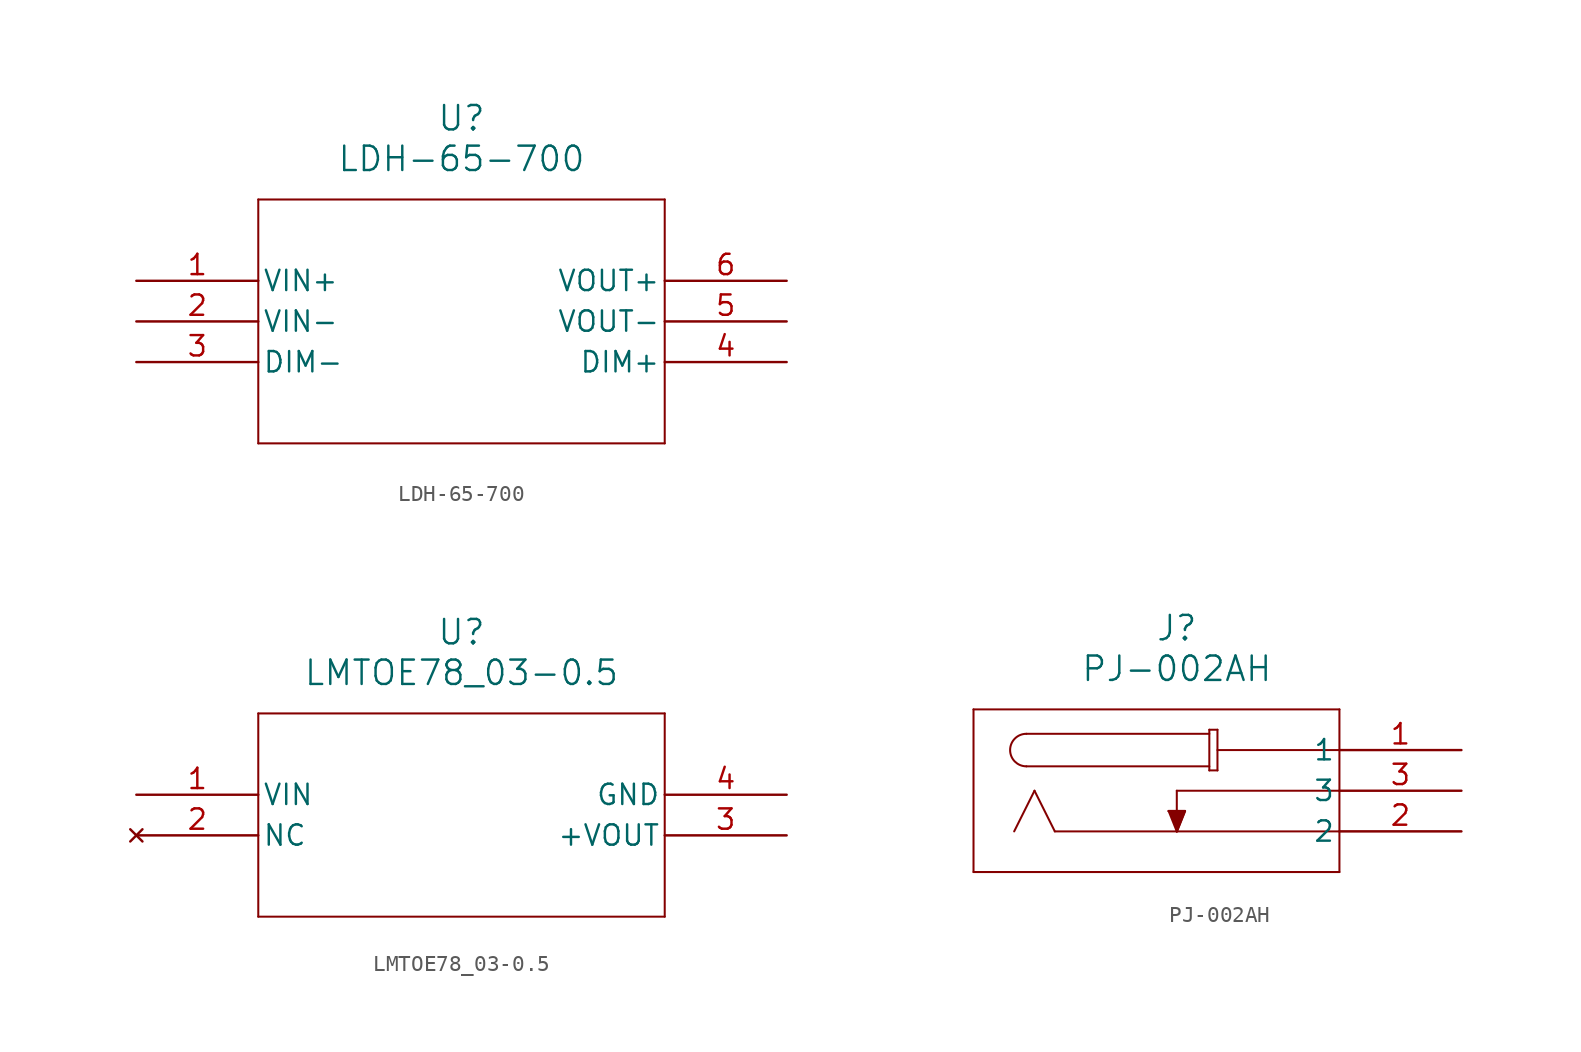
<source format=kicad_sym>
(kicad_symbol_lib
  (version 20220914)
  (generator kicad_symbol_editor)
  (symbol "LDH-65-700"
    (pin_names
      (offset 0.254))
    (property "Reference" "U"
      (at 20.32 10.16 0)
      (effects (font (size 1.524 1.524))))
    (property "Value" "LDH-65-700"
      (at 20.32 7.62 0)
      (effects (font (size 1.524 1.524))))
    (symbol "LDH-65-700_0_1"
      (polyline (pts (xy 7.62 -10.16) (xy 33.02 -10.16)) (stroke (width 0.127) (type default)) (fill (type none)))
      (polyline (pts (xy 7.62 5.08) (xy 7.62 -10.16)) (stroke (width 0.127) (type default)) (fill (type none)))
      (polyline (pts (xy 33.02 -10.16) (xy 33.02 5.08)) (stroke (width 0.127) (type default)) (fill (type none)))
      (polyline (pts (xy 33.02 5.08) (xy 7.62 5.08)) (stroke (width 0.127) (type default)) (fill (type none)))
      (pin unspecified line (at 0 0 0) (length 7.62) (name "VIN+" (effects (font (size 1.27 1.27)))) (number "1" (effects (font (size 1.27 1.27)))))
      (pin unspecified line (at 0 -2.54 0) (length 7.62) (name "VIN-" (effects (font (size 1.27 1.27)))) (number "2" (effects (font (size 1.27 1.27)))))
      (pin unspecified line (at 0 -5.08 0) (length 7.62) (name "DIM-" (effects (font (size 1.27 1.27)))) (number "3" (effects (font (size 1.27 1.27)))))
      (pin unspecified line (at 40.64 -5.08 180) (length 7.62) (name "DIM+" (effects (font (size 1.27 1.27)))) (number "4" (effects (font (size 1.27 1.27)))))
      (pin unspecified line (at 40.64 -2.54 180) (length 7.62) (name "VOUT-" (effects (font (size 1.27 1.27)))) (number "5" (effects (font (size 1.27 1.27)))))
      (pin unspecified line (at 40.64 0 180) (length 7.62) (name "VOUT+" (effects (font (size 1.27 1.27)))) (number "6" (effects (font (size 1.27 1.27)))))))
  (symbol "LMTOE78_03-0.5"
    (pin_names
      (offset 0.254))
    (property "Reference" "U"
      (at 20.32 10.16 0)
      (effects (font (size 1.524 1.524))))
    (property "Value" "LMTOE78_03-0.5"
      (at 20.32 7.62 0)
      (effects (font (size 1.524 1.524))))
    (symbol "LMTOE78_03-0.5_0_1"
      (polyline (pts (xy 7.62 -7.62) (xy 33.02 -7.62)) (stroke (width 0.127) (type default)) (fill (type none)))
      (polyline (pts (xy 7.62 5.08) (xy 7.62 -7.62)) (stroke (width 0.127) (type default)) (fill (type none)))
      (polyline (pts (xy 33.02 -7.62) (xy 33.02 5.08)) (stroke (width 0.127) (type default)) (fill (type none)))
      (polyline (pts (xy 33.02 5.08) (xy 7.62 5.08)) (stroke (width 0.127) (type default)) (fill (type none)))
      (pin power_in line (at 0 0 0) (length 7.62) (name "VIN" (effects (font (size 1.27 1.27)))) (number "1" (effects (font (size 1.27 1.27)))))
      (pin no_connect line (at 0 -2.54 0) (length 7.62) (name "NC" (effects (font (size 1.27 1.27)))) (number "2" (effects (font (size 1.27 1.27)))))
      (pin output line (at 40.64 -2.54 180) (length 7.62) (name "+VOUT" (effects (font (size 1.27 1.27)))) (number "3" (effects (font (size 1.27 1.27)))))
      (pin power_out line (at 40.64 0 180) (length 7.62) (name "GND" (effects (font (size 1.27 1.27)))) (number "4" (effects (font (size 1.27 1.27)))))))
  (symbol "PJ-002AH"
    (pin_names
      (offset 0.254))
    (property "Reference" "J"
      (at -17.78 7.62 0)
      (effects (font (size 1.524 1.524))))
    (property "Value" "PJ-002AH"
      (at -17.78 5.08 0)
      (effects (font (size 1.524 1.524))))
    (property "ki_locked" ""
      (at 0 0 0)
      (effects (font (size 1.27 1.27))))
    (symbol "PJ-002AH_0_1"
      (arc (start -27.178 1.016) (mid -28.1896 0) (end -27.178 -1.016) (stroke (width 0.127) (type default)) (fill (type none)))
      (polyline (pts (xy -30.48 -7.62) (xy -7.62 -7.62)) (stroke (width 0.127) (type default)) (fill (type none)))
      (polyline (pts (xy -30.48 2.54) (xy -30.48 -7.62)) (stroke (width 0.127) (type default)) (fill (type none)))
      (polyline (pts (xy -26.67 -2.54) (xy -27.94 -5.08)) (stroke (width 0.127) (type default)) (fill (type none)))
      (polyline (pts (xy -25.4 -5.08) (xy -26.67 -2.54)) (stroke (width 0.127) (type default)) (fill (type none)))
      (polyline (pts (xy -18.288 -3.81) (xy -17.78 -5.08)) (stroke (width 0.127) (type default)) (fill (type none)))
      (polyline (pts (xy -17.78 -5.08) (xy -17.272 -3.81)) (stroke (width 0.127) (type default)) (fill (type none)))
      (polyline (pts (xy -17.78 -2.54) (xy -17.78 -5.08)) (stroke (width 0.127) (type default)) (fill (type none)))
      (polyline (pts (xy -17.272 -3.81) (xy -18.288 -3.81)) (stroke (width 0.127) (type default)) (fill (type none)))
      (polyline (pts (xy -15.748 -1.27) (xy -15.24 -1.27)) (stroke (width 0.127) (type default)) (fill (type none)))
      (polyline (pts (xy -15.748 -1.016) (xy -27.178 -1.016)) (stroke (width 0.127) (type default)) (fill (type none)))
      (polyline (pts (xy -15.748 1.016) (xy -27.178 1.016)) (stroke (width 0.127) (type default)) (fill (type none)))
      (polyline (pts (xy -15.748 1.27) (xy -15.748 -1.27)) (stroke (width 0.127) (type default)) (fill (type none)))
      (polyline (pts (xy -15.24 1.27) (xy -15.748 1.27)) (stroke (width 0.127) (type default)) (fill (type none)))
      (polyline (pts (xy -15.24 1.27) (xy -15.24 -1.27)) (stroke (width 0.127) (type default)) (fill (type none)))
      (polyline (pts (xy -7.62 -7.62) (xy -7.62 2.54)) (stroke (width 0.127) (type default)) (fill (type none)))
      (polyline (pts (xy -7.62 -5.08) (xy -25.4 -5.08)) (stroke (width 0.127) (type default)) (fill (type none)))
      (polyline (pts (xy -7.62 -2.54) (xy -17.78 -2.54)) (stroke (width 0.127) (type default)) (fill (type none)))
      (polyline (pts (xy -7.62 0) (xy -15.24 0)) (stroke (width 0.127) (type default)) (fill (type none)))
      (polyline (pts (xy -7.62 2.54) (xy -30.48 2.54)) (stroke (width 0.127) (type default)) (fill (type none)))
      (polyline (pts (xy -18.288 -3.81) (xy -17.272 -3.81) (xy -17.78 -5.08)) (stroke (width 0) (type default)) (fill (type outline)))
      (pin unspecified line (at 0 0 180) (length 7.62) (name "1" (effects (font (size 1.27 1.27)))) (number "1" (effects (font (size 1.27 1.27)))))
      (pin unspecified line (at 0 -5.08 180) (length 7.62) (name "2" (effects (font (size 1.27 1.27)))) (number "2" (effects (font (size 1.27 1.27)))))
      (pin unspecified line (at 0 -2.54 180) (length 7.62) (name "3" (effects (font (size 1.27 1.27)))) (number "3" (effects (font (size 1.27 1.27))))))))
</source>
